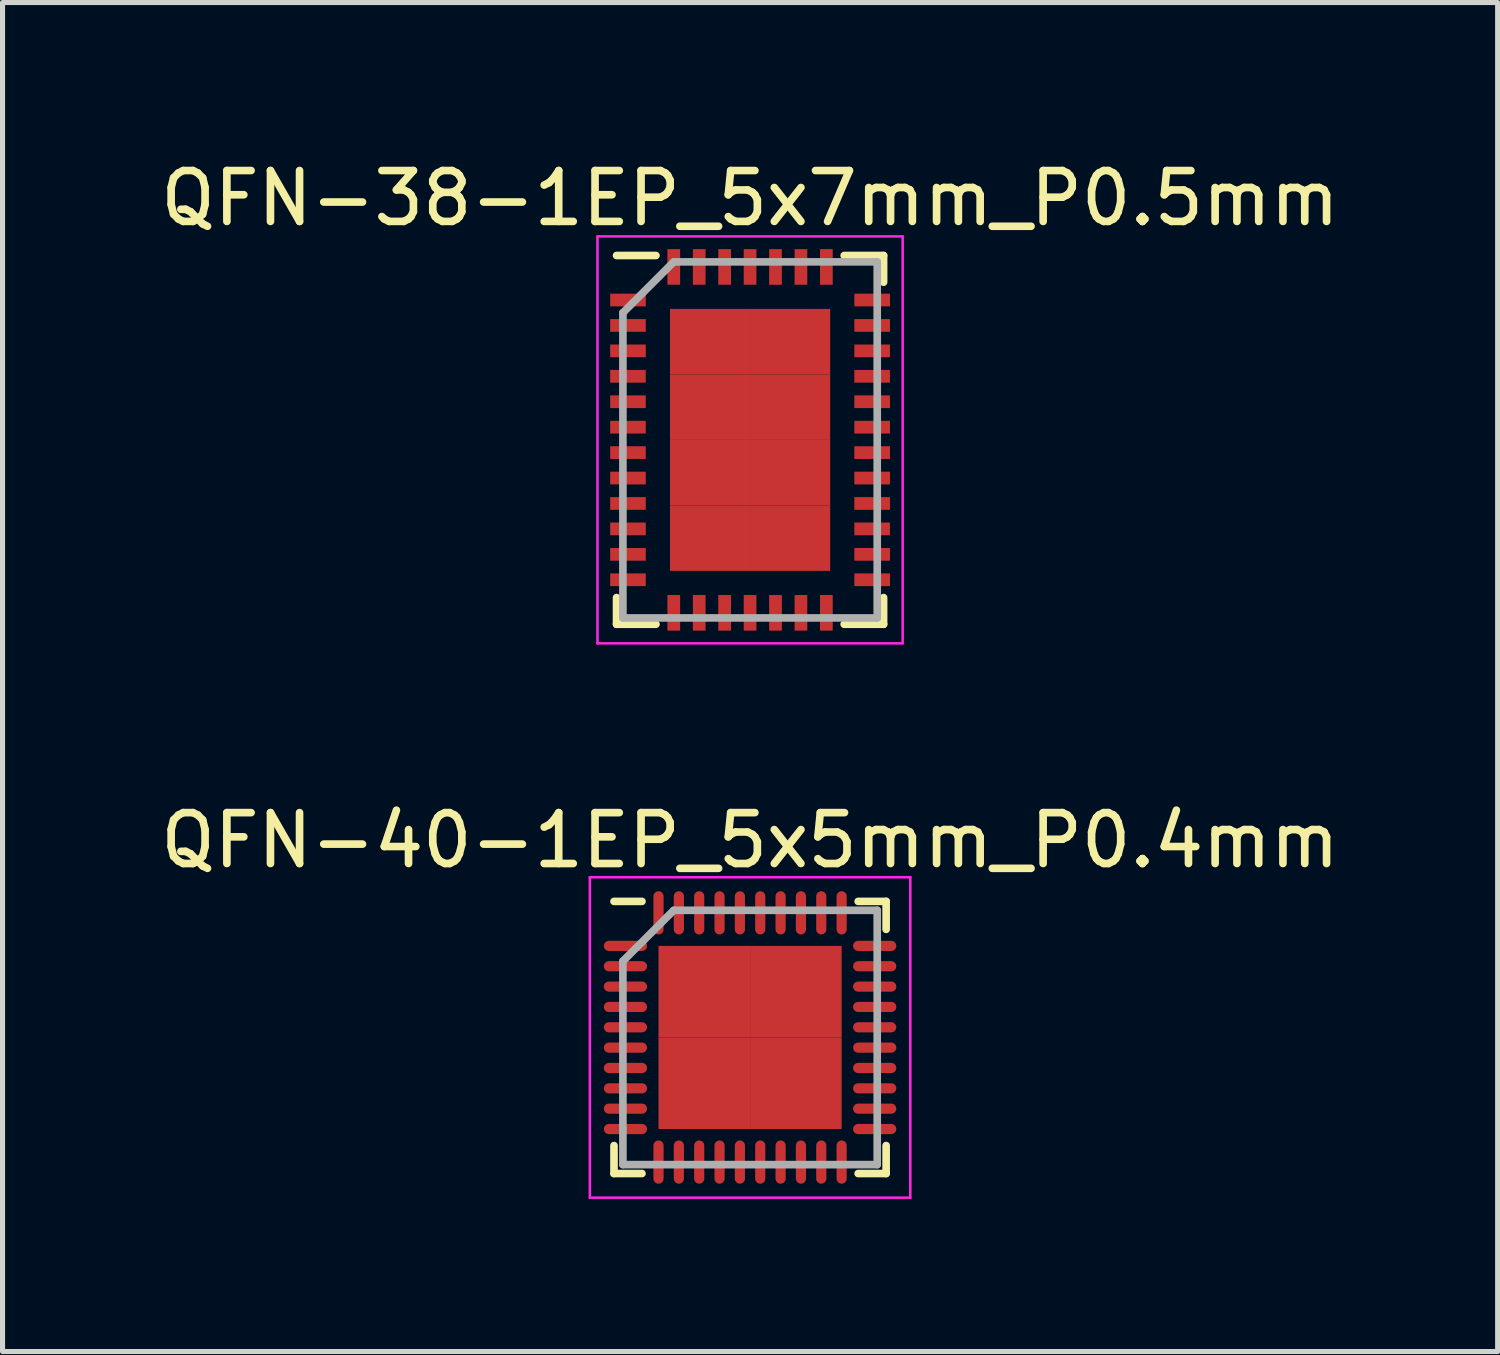
<source format=kicad_pcb>
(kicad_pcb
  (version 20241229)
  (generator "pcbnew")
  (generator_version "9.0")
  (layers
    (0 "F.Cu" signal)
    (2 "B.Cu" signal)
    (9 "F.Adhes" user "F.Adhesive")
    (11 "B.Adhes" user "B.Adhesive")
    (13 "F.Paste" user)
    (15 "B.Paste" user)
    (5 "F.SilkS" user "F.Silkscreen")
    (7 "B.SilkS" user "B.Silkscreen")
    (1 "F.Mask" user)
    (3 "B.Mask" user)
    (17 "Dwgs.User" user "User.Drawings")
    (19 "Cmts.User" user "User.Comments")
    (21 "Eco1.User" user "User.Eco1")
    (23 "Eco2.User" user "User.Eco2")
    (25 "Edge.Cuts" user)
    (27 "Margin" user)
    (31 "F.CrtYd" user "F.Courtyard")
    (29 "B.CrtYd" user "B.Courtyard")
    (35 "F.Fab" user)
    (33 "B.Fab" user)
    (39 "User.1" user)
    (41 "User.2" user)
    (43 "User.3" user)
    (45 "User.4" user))
  (footprint "QFN-38-1EP_5x7mm_P0.5mm"
    (layer "F.Cu")
    (at 11.696 5.598)
    (property "Reference" "QFN-38-1EP_5x7mm_P0.5mm" (at 0 -4.75 0) (layer "F.SilkS") (effects (font (size 1 1) (thickness 0.15))))
    (attr smd)
    (fp_line (start -2.625 -3.625) (end -1.85 -3.625) (stroke (width 0.15) (type solid)) (layer "F.SilkS"))
    (fp_line (start -2.625 3.625) (end -2.625 3.1) (stroke (width 0.15) (type solid)) (layer "F.SilkS"))
    (fp_line (start -2.625 3.625) (end -1.85 3.625) (stroke (width 0.15) (type solid)) (layer "F.SilkS"))
    (fp_line (start 2.625 -3.625) (end 1.85 -3.625) (stroke (width 0.15) (type solid)) (layer "F.SilkS"))
    (fp_line (start 2.625 -3.625) (end 2.625 -3.1) (stroke (width 0.15) (type solid)) (layer "F.SilkS"))
    (fp_line (start 2.625 3.625) (end 1.85 3.625) (stroke (width 0.15) (type solid)) (layer "F.SilkS"))
    (fp_line (start 2.625 3.625) (end 2.625 3.1) (stroke (width 0.15) (type solid)) (layer "F.SilkS"))
    (fp_line (start -3 -4) (end -3 4) (stroke (width 0.05) (type solid)) (layer "F.CrtYd"))
    (fp_line (start -3 -4) (end 3 -4) (stroke (width 0.05) (type solid)) (layer "F.CrtYd"))
    (fp_line (start -3 4) (end 3 4) (stroke (width 0.05) (type solid)) (layer "F.CrtYd"))
    (fp_line (start 3 -4) (end 3 4) (stroke (width 0.05) (type solid)) (layer "F.CrtYd"))
    (fp_line (start -2.5 -2.5) (end -1.5 -3.5) (stroke (width 0.15) (type solid)) (layer "F.Fab"))
    (fp_line (start -2.5 3.5) (end -2.5 -2.5) (stroke (width 0.15) (type solid)) (layer "F.Fab"))
    (fp_line (start -1.5 -3.5) (end 2.5 -3.5) (stroke (width 0.15) (type solid)) (layer "F.Fab"))
    (fp_line (start 2.5 -3.5) (end 2.5 3.5) (stroke (width 0.15) (type solid)) (layer "F.Fab"))
    (fp_line (start 2.5 3.5) (end -2.5 3.5) (stroke (width 0.15) (type solid)) (layer "F.Fab"))
    (pad "1" smd rect (at -2.4 -2.75) (size 0.7 0.25) (layers "F.Cu" "F.Mask" "F.Paste"))
    (pad "2" smd rect (at -2.4 -2.25) (size 0.7 0.25) (layers "F.Cu" "F.Mask" "F.Paste"))
    (pad "3" smd rect (at -2.4 -1.75) (size 0.7 0.25) (layers "F.Cu" "F.Mask" "F.Paste"))
    (pad "4" smd rect (at -2.4 -1.25) (size 0.7 0.25) (layers "F.Cu" "F.Mask" "F.Paste"))
    (pad "5" smd rect (at -2.4 -0.75) (size 0.7 0.25) (layers "F.Cu" "F.Mask" "F.Paste"))
    (pad "6" smd rect (at -2.4 -0.25) (size 0.7 0.25) (layers "F.Cu" "F.Mask" "F.Paste"))
    (pad "7" smd rect (at -2.4 0.25) (size 0.7 0.25) (layers "F.Cu" "F.Mask" "F.Paste"))
    (pad "8" smd rect (at -2.4 0.75) (size 0.7 0.25) (layers "F.Cu" "F.Mask" "F.Paste"))
    (pad "9" smd rect (at -2.4 1.25) (size 0.7 0.25) (layers "F.Cu" "F.Mask" "F.Paste"))
    (pad "10" smd rect (at -2.4 1.75) (size 0.7 0.25) (layers "F.Cu" "F.Mask" "F.Paste"))
    (pad "11" smd rect (at -2.4 2.25) (size 0.7 0.25) (layers "F.Cu" "F.Mask" "F.Paste"))
    (pad "12" smd rect (at -2.4 2.75) (size 0.7 0.25) (layers "F.Cu" "F.Mask" "F.Paste"))
    (pad "13" smd rect (at -1.5 3.4 90) (size 0.7 0.25) (layers "F.Cu" "F.Mask" "F.Paste"))
    (pad "14" smd rect (at -1 3.4 90) (size 0.7 0.25) (layers "F.Cu" "F.Mask" "F.Paste"))
    (pad "15" smd rect (at -0.5 3.4 90) (size 0.7 0.25) (layers "F.Cu" "F.Mask" "F.Paste"))
    (pad "16" smd rect (at 0 3.4 90) (size 0.7 0.25) (layers "F.Cu" "F.Mask" "F.Paste"))
    (pad "17" smd rect (at 0.5 3.4 90) (size 0.7 0.25) (layers "F.Cu" "F.Mask" "F.Paste"))
    (pad "18" smd rect (at 1 3.4 90) (size 0.7 0.25) (layers "F.Cu" "F.Mask" "F.Paste"))
    (pad "19" smd rect (at 1.5 3.4 90) (size 0.7 0.25) (layers "F.Cu" "F.Mask" "F.Paste"))
    (pad "20" smd rect (at 2.4 2.75) (size 0.7 0.25) (layers "F.Cu" "F.Mask" "F.Paste"))
    (pad "21" smd rect (at 2.4 2.25) (size 0.7 0.25) (layers "F.Cu" "F.Mask" "F.Paste"))
    (pad "22" smd rect (at 2.4 1.75) (size 0.7 0.25) (layers "F.Cu" "F.Mask" "F.Paste"))
    (pad "23" smd rect (at 2.4 1.25) (size 0.7 0.25) (layers "F.Cu" "F.Mask" "F.Paste"))
    (pad "24" smd rect (at 2.4 0.75) (size 0.7 0.25) (layers "F.Cu" "F.Mask" "F.Paste"))
    (pad "25" smd rect (at 2.4 0.25) (size 0.7 0.25) (layers "F.Cu" "F.Mask" "F.Paste"))
    (pad "26" smd rect (at 2.4 -0.25) (size 0.7 0.25) (layers "F.Cu" "F.Mask" "F.Paste"))
    (pad "27" smd rect (at 2.4 -0.75) (size 0.7 0.25) (layers "F.Cu" "F.Mask" "F.Paste"))
    (pad "28" smd rect (at 2.4 -1.25) (size 0.7 0.25) (layers "F.Cu" "F.Mask" "F.Paste"))
    (pad "29" smd rect (at 2.4 -1.75) (size 0.7 0.25) (layers "F.Cu" "F.Mask" "F.Paste"))
    (pad "30" smd rect (at 2.4 -2.25) (size 0.7 0.25) (layers "F.Cu" "F.Mask" "F.Paste"))
    (pad "31" smd rect (at 2.4 -2.75) (size 0.7 0.25) (layers "F.Cu" "F.Mask" "F.Paste"))
    (pad "32" smd rect (at 1.5 -3.4 90) (size 0.7 0.25) (layers "F.Cu" "F.Mask" "F.Paste"))
    (pad "33" smd rect (at 1 -3.4 90) (size 0.7 0.25) (layers "F.Cu" "F.Mask" "F.Paste"))
    (pad "34" smd rect (at 0.5 -3.4 90) (size 0.7 0.25) (layers "F.Cu" "F.Mask" "F.Paste"))
    (pad "35" smd rect (at 0 -3.4 90) (size 0.7 0.25) (layers "F.Cu" "F.Mask" "F.Paste"))
    (pad "36" smd rect (at -0.5 -3.4 90) (size 0.7 0.25) (layers "F.Cu" "F.Mask" "F.Paste"))
    (pad "37" smd rect (at -1 -3.4 90) (size 0.7 0.25) (layers "F.Cu" "F.Mask" "F.Paste"))
    (pad "38" smd rect (at -1.5 -3.4 90) (size 0.7 0.25) (layers "F.Cu" "F.Mask" "F.Paste"))
    (pad "39" smd rect (at -0.787 -1.931) (size 1.575 1.288) (layers "F.Cu" "F.Mask" "F.Paste"))
    (pad "39" smd rect (at -0.787 -0.644) (size 1.575 1.288) (layers "F.Cu" "F.Mask" "F.Paste"))
    (pad "39" smd rect (at -0.787 0.644) (size 1.575 1.288) (layers "F.Cu" "F.Mask" "F.Paste"))
    (pad "39" smd rect (at -0.787 1.931) (size 1.575 1.288) (layers "F.Cu" "F.Mask" "F.Paste"))
    (pad "39" smd rect (at 0.787 -1.931) (size 1.575 1.288) (layers "F.Cu" "F.Mask" "F.Paste"))
    (pad "39" smd rect (at 0.787 -0.644) (size 1.575 1.288) (layers "F.Cu" "F.Mask" "F.Paste"))
    (pad "39" smd rect (at 0.787 0.644) (size 1.575 1.288) (layers "F.Cu" "F.Mask" "F.Paste"))
    (pad "39" smd rect (at 0.787 1.931) (size 1.575 1.288) (layers "F.Cu" "F.Mask" "F.Paste")))
  (footprint "QFN-40-1EP_5x5mm_P0.4mm"
    (layer "F.Cu")
    (at 11.696 17.346)
    (property "Reference" "QFN-40-1EP_5x5mm_P0.4mm" (at 0 -3.875 0) (layer "F.SilkS") (effects (font (size 1 1) (thickness 0.15))))
    (attr smd)
    (fp_line (start -2.675 -2.675) (end -2.125 -2.675) (stroke (width 0.15) (type solid)) (layer "F.SilkS"))
    (fp_line (start -2.675 2.675) (end -2.675 2.125) (stroke (width 0.15) (type solid)) (layer "F.SilkS"))
    (fp_line (start -2.675 2.675) (end -2.125 2.675) (stroke (width 0.15) (type solid)) (layer "F.SilkS"))
    (fp_line (start 2.675 -2.675) (end 2.125 -2.675) (stroke (width 0.15) (type solid)) (layer "F.SilkS"))
    (fp_line (start 2.675 -2.675) (end 2.675 -2.125) (stroke (width 0.15) (type solid)) (layer "F.SilkS"))
    (fp_line (start 2.675 2.675) (end 2.125 2.675) (stroke (width 0.15) (type solid)) (layer "F.SilkS"))
    (fp_line (start 2.675 2.675) (end 2.675 2.125) (stroke (width 0.15) (type solid)) (layer "F.SilkS"))
    (fp_line (start -3.15 -3.15) (end -3.15 3.15) (stroke (width 0.05) (type solid)) (layer "F.CrtYd"))
    (fp_line (start -3.15 -3.15) (end 3.15 -3.15) (stroke (width 0.05) (type solid)) (layer "F.CrtYd"))
    (fp_line (start -3.15 3.15) (end 3.15 3.15) (stroke (width 0.05) (type solid)) (layer "F.CrtYd"))
    (fp_line (start 3.15 -3.15) (end 3.15 3.15) (stroke (width 0.05) (type solid)) (layer "F.CrtYd"))
    (fp_line (start -2.5 -1.5) (end -1.5 -2.5) (stroke (width 0.15) (type solid)) (layer "F.Fab"))
    (fp_line (start -2.5 2.5) (end -2.5 -1.5) (stroke (width 0.15) (type solid)) (layer "F.Fab"))
    (fp_line (start -1.5 -2.5) (end 2.5 -2.5) (stroke (width 0.15) (type solid)) (layer "F.Fab"))
    (fp_line (start 2.5 -2.5) (end 2.5 2.5) (stroke (width 0.15) (type solid)) (layer "F.Fab"))
    (fp_line (start 2.5 2.5) (end -2.5 2.5) (stroke (width 0.15) (type solid)) (layer "F.Fab"))
    (pad "1" smd oval (at -2.45 -1.8) (size 0.85 0.2) (layers "F.Cu" "F.Mask" "F.Paste"))
    (pad "2" smd oval (at -2.45 -1.4) (size 0.85 0.2) (layers "F.Cu" "F.Mask" "F.Paste"))
    (pad "3" smd oval (at -2.45 -1) (size 0.85 0.2) (layers "F.Cu" "F.Mask" "F.Paste"))
    (pad "4" smd oval (at -2.45 -0.6) (size 0.85 0.2) (layers "F.Cu" "F.Mask" "F.Paste"))
    (pad "5" smd oval (at -2.45 -0.2) (size 0.85 0.2) (layers "F.Cu" "F.Mask" "F.Paste"))
    (pad "6" smd oval (at -2.45 0.2) (size 0.85 0.2) (layers "F.Cu" "F.Mask" "F.Paste"))
    (pad "7" smd oval (at -2.45 0.6) (size 0.85 0.2) (layers "F.Cu" "F.Mask" "F.Paste"))
    (pad "8" smd oval (at -2.45 1) (size 0.85 0.2) (layers "F.Cu" "F.Mask" "F.Paste"))
    (pad "9" smd oval (at -2.45 1.4) (size 0.85 0.2) (layers "F.Cu" "F.Mask" "F.Paste"))
    (pad "10" smd oval (at -2.45 1.8) (size 0.85 0.2) (layers "F.Cu" "F.Mask" "F.Paste"))
    (pad "11" smd oval (at -1.8 2.45 90) (size 0.85 0.2) (layers "F.Cu" "F.Mask" "F.Paste"))
    (pad "12" smd oval (at -1.4 2.45 90) (size 0.85 0.2) (layers "F.Cu" "F.Mask" "F.Paste"))
    (pad "13" smd oval (at -1 2.45 90) (size 0.85 0.2) (layers "F.Cu" "F.Mask" "F.Paste"))
    (pad "14" smd oval (at -0.6 2.45 90) (size 0.85 0.2) (layers "F.Cu" "F.Mask" "F.Paste"))
    (pad "15" smd oval (at -0.2 2.45 90) (size 0.85 0.2) (layers "F.Cu" "F.Mask" "F.Paste"))
    (pad "16" smd oval (at 0.2 2.45 90) (size 0.85 0.2) (layers "F.Cu" "F.Mask" "F.Paste"))
    (pad "17" smd oval (at 0.6 2.45 90) (size 0.85 0.2) (layers "F.Cu" "F.Mask" "F.Paste"))
    (pad "18" smd oval (at 1 2.45 90) (size 0.85 0.2) (layers "F.Cu" "F.Mask" "F.Paste"))
    (pad "19" smd oval (at 1.4 2.45 90) (size 0.85 0.2) (layers "F.Cu" "F.Mask" "F.Paste"))
    (pad "20" smd oval (at 1.8 2.45 90) (size 0.85 0.2) (layers "F.Cu" "F.Mask" "F.Paste"))
    (pad "21" smd oval (at 2.45 1.8) (size 0.85 0.2) (layers "F.Cu" "F.Mask" "F.Paste"))
    (pad "22" smd oval (at 2.45 1.4) (size 0.85 0.2) (layers "F.Cu" "F.Mask" "F.Paste"))
    (pad "23" smd oval (at 2.45 1) (size 0.85 0.2) (layers "F.Cu" "F.Mask" "F.Paste"))
    (pad "24" smd oval (at 2.45 0.6) (size 0.85 0.2) (layers "F.Cu" "F.Mask" "F.Paste"))
    (pad "25" smd oval (at 2.45 0.2) (size 0.85 0.2) (layers "F.Cu" "F.Mask" "F.Paste"))
    (pad "26" smd oval (at 2.45 -0.2) (size 0.85 0.2) (layers "F.Cu" "F.Mask" "F.Paste"))
    (pad "27" smd oval (at 2.45 -0.6) (size 0.85 0.2) (layers "F.Cu" "F.Mask" "F.Paste"))
    (pad "28" smd oval (at 2.45 -1) (size 0.85 0.2) (layers "F.Cu" "F.Mask" "F.Paste"))
    (pad "29" smd oval (at 2.45 -1.4) (size 0.85 0.2) (layers "F.Cu" "F.Mask" "F.Paste"))
    (pad "30" smd oval (at 2.45 -1.8) (size 0.85 0.2) (layers "F.Cu" "F.Mask" "F.Paste"))
    (pad "31" smd oval (at 1.8 -2.45 90) (size 0.85 0.2) (layers "F.Cu" "F.Mask" "F.Paste"))
    (pad "32" smd oval (at 1.4 -2.45 90) (size 0.85 0.2) (layers "F.Cu" "F.Mask" "F.Paste"))
    (pad "33" smd oval (at 1 -2.45 90) (size 0.85 0.2) (layers "F.Cu" "F.Mask" "F.Paste"))
    (pad "34" smd oval (at 0.6 -2.45 90) (size 0.85 0.2) (layers "F.Cu" "F.Mask" "F.Paste"))
    (pad "35" smd oval (at 0.2 -2.45 90) (size 0.85 0.2) (layers "F.Cu" "F.Mask" "F.Paste"))
    (pad "36" smd oval (at -0.2 -2.45 90) (size 0.85 0.2) (layers "F.Cu" "F.Mask" "F.Paste"))
    (pad "37" smd oval (at -0.6 -2.45 90) (size 0.85 0.2) (layers "F.Cu" "F.Mask" "F.Paste"))
    (pad "38" smd oval (at -1 -2.45 90) (size 0.85 0.2) (layers "F.Cu" "F.Mask" "F.Paste"))
    (pad "39" smd oval (at -1.4 -2.45 90) (size 0.85 0.2) (layers "F.Cu" "F.Mask" "F.Paste"))
    (pad "40" smd oval (at -1.8 -2.45 90) (size 0.85 0.2) (layers "F.Cu" "F.Mask" "F.Paste"))
    (pad "41" smd rect (at -0.9 -0.9) (size 1.8 1.8) (layers "F.Cu" "F.Mask" "F.Paste"))
    (pad "41" smd rect (at -0.9 0.9) (size 1.8 1.8) (layers "F.Cu" "F.Mask" "F.Paste"))
    (pad "41" smd rect (at 0.9 -0.9) (size 1.8 1.8) (layers "F.Cu" "F.Mask" "F.Paste"))
    (pad "41" smd rect (at 0.9 0.9) (size 1.8 1.8) (layers "F.Cu" "F.Mask" "F.Paste")))
  (gr_rect
    (start -3 -3)
    (end 26.393 23.521)
    (stroke (width 0.1) (type default))
    (fill no)
    (layer "Edge.Cuts")))
</source>
